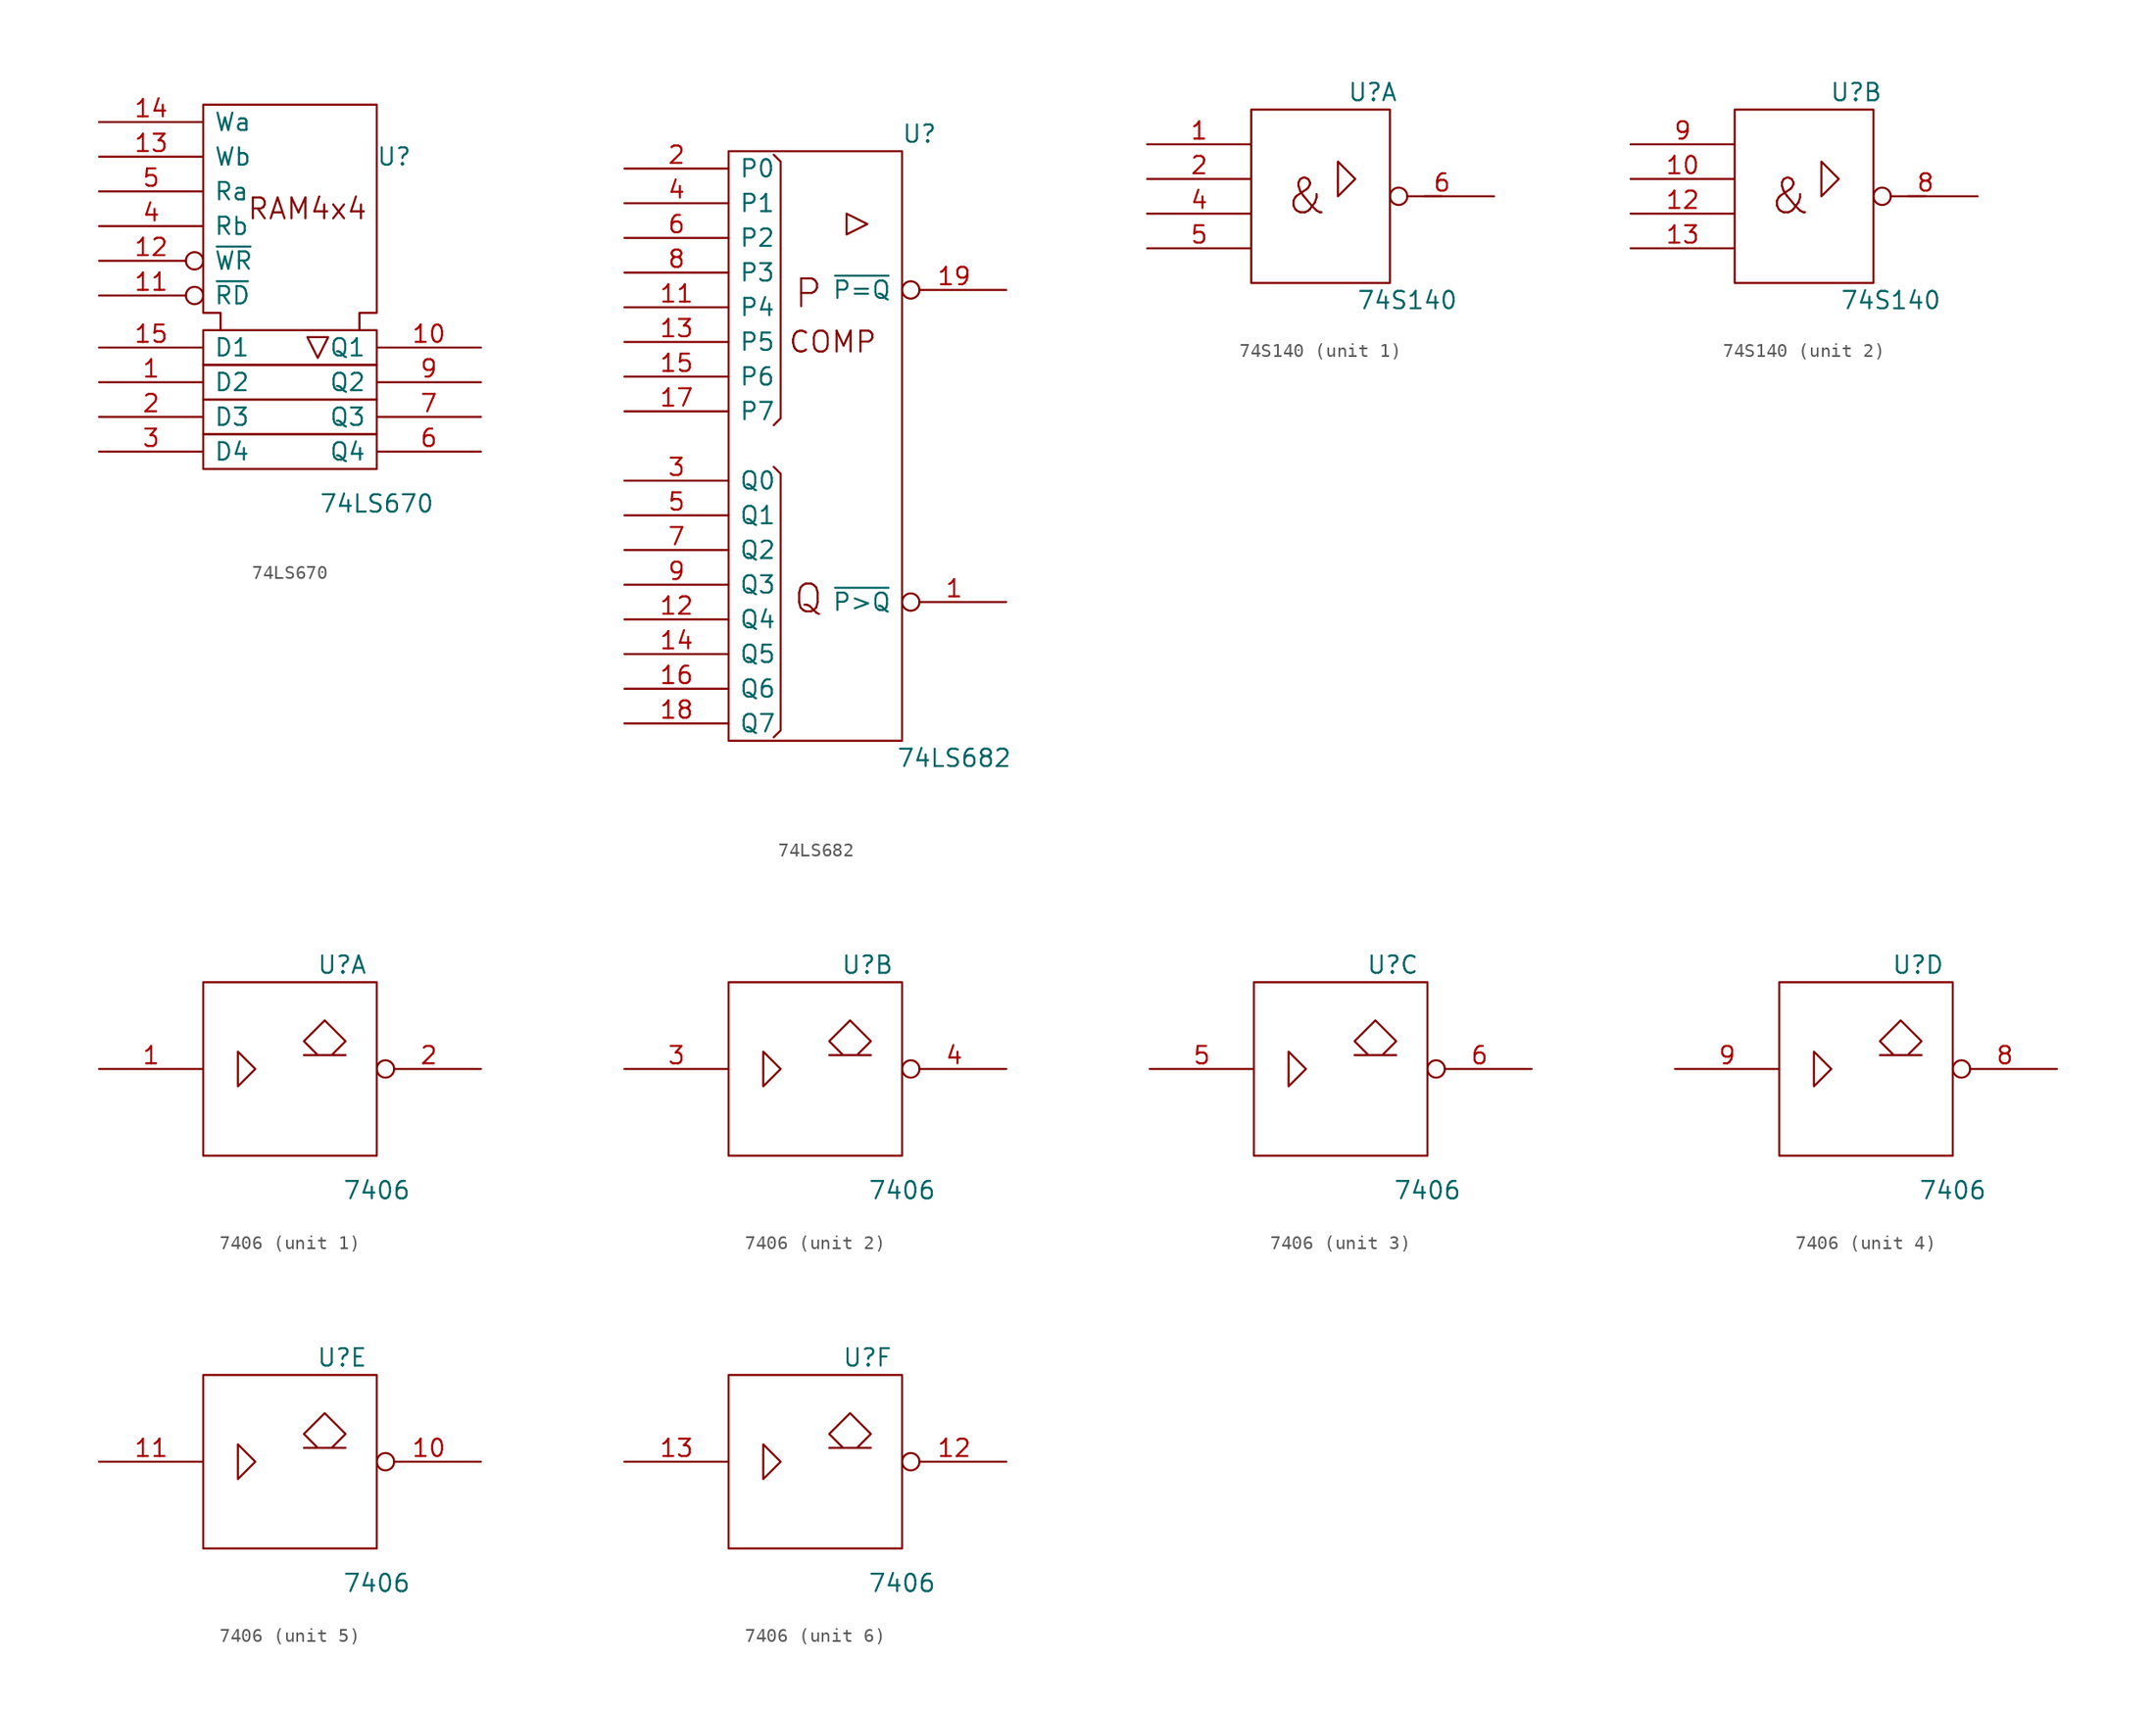
<source format=kicad_sym>
(kicad_symbol_lib
  (version 20201005)
  (generator kicad_symbol_editor)
  (symbol "74LS670"
    (pin_names
      (offset 0.762))
    (property "Reference" "U"
      (at 7.62 10.16 0)
      (effects (font (size 1.27 1.27))))
    (property "Value" "74LS670"
      (at 6.35 -15.24 0)
      (effects (font (size 1.27 1.27))))
    (symbol "74LS670_0_0"
      (text "RAM4x4" (at 1.27 6.35 0) (effects (font (size 1.524 1.524))))
      (rectangle (start -6.35 -10.16) (end 6.35 -12.7) (stroke (width 0)) (fill (type none)))
      (rectangle (start -6.35 -7.62) (end 6.35 -10.16) (stroke (width 0)) (fill (type none)))
      (rectangle (start -6.35 -5.08) (end 6.35 -7.62) (stroke (width 0)) (fill (type none)))
      (polyline (pts (xy 2.794 -3.048) (xy 1.27 -3.048) (xy 2.032 -4.572) (xy 2.794 -3.048) (xy 2.794 -3.048)) (stroke (width 0)) (fill (type none)))
      (polyline (pts (xy -5.08 -2.54) (xy -5.08 -1.27) (xy -6.35 -1.27) (xy -6.35 13.97) (xy 6.35 13.97) (xy 6.35 -1.27) (xy 5.08 -1.27) (xy 5.08 -2.54) (xy 5.08 -2.54)) (stroke (width 0)) (fill (type none)))
      (pin power_in line (at 3.81 13.97 270) (length 0) hide (name "VCC" (effects (font (size 1.27 1.27)))) (number "16" (effects (font (size 1.27 1.27)))))
      (pin power_in line (at 0 13.97 270) (length 0) hide (name "GND" (effects (font (size 1.27 1.27)))) (number "8" (effects (font (size 1.27 1.27))))))
    (symbol "74LS670_0_1"
      (rectangle (start -6.35 -2.54) (end 6.35 -5.08) (stroke (width 0)) (fill (type none))))
    (symbol "74LS670_1_1"
      (pin input line (at -13.97 -6.35 0) (length 7.62) (name "D2" (effects (font (size 1.27 1.27)))) (number "1" (effects (font (size 1.27 1.27)))))
      (pin tri_state line (at 13.97 -3.81 180) (length 7.62) (name "Q1" (effects (font (size 1.27 1.27)))) (number "10" (effects (font (size 1.27 1.27)))))
      (pin input inverted (at -13.97 0 0) (length 7.62) (name "~RD" (effects (font (size 1.27 1.27)))) (number "11" (effects (font (size 1.27 1.27)))))
      (pin input inverted (at -13.97 2.54 0) (length 7.62) (name "~WR" (effects (font (size 1.27 1.27)))) (number "12" (effects (font (size 1.27 1.27)))))
      (pin input line (at -13.97 10.16 0) (length 7.62) (name "Wb" (effects (font (size 1.27 1.27)))) (number "13" (effects (font (size 1.27 1.27)))))
      (pin input line (at -13.97 12.7 0) (length 7.62) (name "Wa" (effects (font (size 1.27 1.27)))) (number "14" (effects (font (size 1.27 1.27)))))
      (pin input line (at -13.97 -3.81 0) (length 7.62) (name "D1" (effects (font (size 1.27 1.27)))) (number "15" (effects (font (size 1.27 1.27)))))
      (pin input line (at -13.97 -8.89 0) (length 7.62) (name "D3" (effects (font (size 1.27 1.27)))) (number "2" (effects (font (size 1.27 1.27)))))
      (pin input line (at -13.97 -11.43 0) (length 7.62) (name "D4" (effects (font (size 1.27 1.27)))) (number "3" (effects (font (size 1.27 1.27)))))
      (pin input line (at -13.97 5.08 0) (length 7.62) (name "Rb" (effects (font (size 1.27 1.27)))) (number "4" (effects (font (size 1.27 1.27)))))
      (pin input line (at -13.97 7.62 0) (length 7.62) (name "Ra" (effects (font (size 1.27 1.27)))) (number "5" (effects (font (size 1.27 1.27)))))
      (pin tri_state line (at 13.97 -11.43 180) (length 7.62) (name "Q4" (effects (font (size 1.27 1.27)))) (number "6" (effects (font (size 1.27 1.27)))))
      (pin tri_state line (at 13.97 -8.89 180) (length 7.62) (name "Q3" (effects (font (size 1.27 1.27)))) (number "7" (effects (font (size 1.27 1.27)))))
      (pin tri_state line (at 13.97 -6.35 180) (length 7.62) (name "Q2" (effects (font (size 1.27 1.27)))) (number "9" (effects (font (size 1.27 1.27)))))))
  (symbol "74LS682"
    (pin_names
      (offset 0.762))
    (property "Reference" "U"
      (at 7.62 22.86 0)
      (effects (font (size 1.27 1.27))))
    (property "Value" "74LS682"
      (at 10.16 -22.86 0)
      (effects (font (size 1.27 1.27))))
    (symbol "74LS682_0_0"
      (text "COMP" (at 1.27 7.62 0) (effects (font (size 1.524 1.524))))
      (text "P" (at -0.508 11.176 0) (effects (font (size 2.032 2.032))))
      (text "Q" (at -0.508 -11.176 0) (effects (font (size 2.032 2.032))))
      (polyline (pts (xy 2.286 17.018) (xy 2.286 15.494) (xy 3.81 16.256) (xy 2.286 17.018) (xy 2.286 17.018)) (stroke (width 0)) (fill (type none))))
    (symbol "74LS682_0_1"
      (rectangle (start -6.35 21.59) (end 6.35 -21.59) (stroke (width 0)) (fill (type none)))
      (polyline (pts (xy -3.048 -1.524) (xy -2.54 -2.032) (xy -2.54 -20.828) (xy -3.048 -21.336) (xy -3.048 -21.336)) (stroke (width 0)) (fill (type none)))
      (polyline (pts (xy -3.048 21.336) (xy -2.54 20.828) (xy -2.54 2.032) (xy -3.048 1.524) (xy -3.048 1.524)) (stroke (width 0)) (fill (type none)))
      (pin power_in line (at 0 -21.59 90) (length 0) hide (name "Gnd" (effects (font (size 1.27 1.27)))) (number "10" (effects (font (size 1.27 1.27))))))
    (symbol "74LS682_1_1"
      (pin output inverted (at 13.97 -11.43 180) (length 7.62) (name "~P>Q" (effects (font (size 1.27 1.27)))) (number "1" (effects (font (size 1.27 1.27)))))
      (pin input line (at -13.97 10.16 0) (length 7.62) (name "P4" (effects (font (size 1.27 1.27)))) (number "11" (effects (font (size 1.27 1.27)))))
      (pin input line (at -13.97 -12.7 0) (length 7.62) (name "Q4" (effects (font (size 1.27 1.27)))) (number "12" (effects (font (size 1.27 1.27)))))
      (pin input line (at -13.97 7.62 0) (length 7.62) (name "P5" (effects (font (size 1.27 1.27)))) (number "13" (effects (font (size 1.27 1.27)))))
      (pin input line (at -13.97 -15.24 0) (length 7.62) (name "Q5" (effects (font (size 1.27 1.27)))) (number "14" (effects (font (size 1.27 1.27)))))
      (pin input line (at -13.97 5.08 0) (length 7.62) (name "P6" (effects (font (size 1.27 1.27)))) (number "15" (effects (font (size 1.27 1.27)))))
      (pin input line (at -13.97 -17.78 0) (length 7.62) (name "Q6" (effects (font (size 1.27 1.27)))) (number "16" (effects (font (size 1.27 1.27)))))
      (pin input line (at -13.97 2.54 0) (length 7.62) (name "P7" (effects (font (size 1.27 1.27)))) (number "17" (effects (font (size 1.27 1.27)))))
      (pin input line (at -13.97 -20.32 0) (length 7.62) (name "Q7" (effects (font (size 1.27 1.27)))) (number "18" (effects (font (size 1.27 1.27)))))
      (pin output inverted (at 13.97 11.43 180) (length 7.62) (name "~P=Q" (effects (font (size 1.27 1.27)))) (number "19" (effects (font (size 1.27 1.27)))))
      (pin input line (at -13.97 20.32 0) (length 7.62) (name "P0" (effects (font (size 1.27 1.27)))) (number "2" (effects (font (size 1.27 1.27)))))
      (pin power_in line (at 0 21.59 270) (length 0) hide (name "Vcc" (effects (font (size 1.27 1.27)))) (number "20" (effects (font (size 1.27 1.27)))))
      (pin input line (at -13.97 -2.54 0) (length 7.62) (name "Q0" (effects (font (size 1.27 1.27)))) (number "3" (effects (font (size 1.27 1.27)))))
      (pin input line (at -13.97 17.78 0) (length 7.62) (name "P1" (effects (font (size 1.27 1.27)))) (number "4" (effects (font (size 1.27 1.27)))))
      (pin input line (at -13.97 -5.08 0) (length 7.62) (name "Q1" (effects (font (size 1.27 1.27)))) (number "5" (effects (font (size 1.27 1.27)))))
      (pin input line (at -13.97 15.24 0) (length 7.62) (name "P2" (effects (font (size 1.27 1.27)))) (number "6" (effects (font (size 1.27 1.27)))))
      (pin input line (at -13.97 -7.62 0) (length 7.62) (name "Q2" (effects (font (size 1.27 1.27)))) (number "7" (effects (font (size 1.27 1.27)))))
      (pin input line (at -13.97 12.7 0) (length 7.62) (name "P3" (effects (font (size 1.27 1.27)))) (number "8" (effects (font (size 1.27 1.27)))))
      (pin input line (at -13.97 -10.16 0) (length 7.62) (name "Q3" (effects (font (size 1.27 1.27)))) (number "9" (effects (font (size 1.27 1.27)))))))
  (symbol "74S140"
    (pin_names
      (offset 0.762))
    (property "Reference" "U"
      (at 3.81 7.62 0)
      (effects (font (size 1.27 1.27))))
    (property "Value" "74S140"
      (at 6.35 -7.62 0)
      (effects (font (size 1.27 1.27))))
    (symbol "74S140_0_0"
      (text "&" (at -1.016 0 0) (effects (font (size 2.54 2.54))))
      (rectangle (start -5.08 6.35) (end 5.08 -6.35) (stroke (width 0)) (fill (type none)))
      (polyline (pts (xy 1.27 0) (xy 1.27 2.54) (xy 2.54 1.27) (xy 1.27 0) (xy 1.27 0)) (stroke (width 0)) (fill (type none))))
    (symbol "74S140_0_1"
      (rectangle (start 8.89 0) (end 7.62 0) (stroke (width 0)) (fill (type none)))
      (pin power_in line (at 0 6.35 270) (length 0) hide (name "Vcc" (effects (font (size 1.27 1.27)))) (number "14" (effects (font (size 1.27 1.27)))))
      (pin power_in line (at 0 -6.35 90) (length 0) hide (name "Gnd" (effects (font (size 1.27 1.27)))) (number "7" (effects (font (size 1.27 1.27))))))
    (symbol "74S140_1_1"
      (pin input line (at -12.7 3.81 0) (length 7.62) (name "~" (effects (font (size 1.27 1.27)))) (number "1" (effects (font (size 1.27 1.27)))))
      (pin input line (at -12.7 1.27 0) (length 7.62) (name "~" (effects (font (size 1.27 1.27)))) (number "2" (effects (font (size 1.27 1.27)))))
      (pin input line (at -12.7 -1.27 0) (length 7.62) (name "~" (effects (font (size 1.27 1.27)))) (number "4" (effects (font (size 1.27 1.27)))))
      (pin input line (at -12.7 -3.81 0) (length 7.62) (name "~" (effects (font (size 1.27 1.27)))) (number "5" (effects (font (size 1.27 1.27)))))
      (pin output inverted (at 12.7 0 180) (length 7.62) (name "~" (effects (font (size 1.27 1.27)))) (number "6" (effects (font (size 1.27 1.27))))))
    (symbol "74S140_2_1"
      (pin input line (at -12.7 1.27 0) (length 7.62) (name "~" (effects (font (size 1.27 1.27)))) (number "10" (effects (font (size 1.27 1.27)))))
      (pin input line (at -12.7 -1.27 0) (length 7.62) (name "~" (effects (font (size 1.27 1.27)))) (number "12" (effects (font (size 1.27 1.27)))))
      (pin input line (at -12.7 -3.81 0) (length 7.62) (name "~" (effects (font (size 1.27 1.27)))) (number "13" (effects (font (size 1.27 1.27)))))
      (pin output inverted (at 12.7 0 180) (length 7.62) (name "~" (effects (font (size 1.27 1.27)))) (number "8" (effects (font (size 1.27 1.27)))))
      (pin input line (at -12.7 3.81 0) (length 7.62) (name "~" (effects (font (size 1.27 1.27)))) (number "9" (effects (font (size 1.27 1.27)))))))
  (symbol "7406"
    (pin_names
      (offset 0.762))
    (property "Reference" "U"
      (at 3.81 7.62 0)
      (effects (font (size 1.27 1.27))))
    (property "Value" "7406"
      (at 6.35 -8.89 0)
      (effects (font (size 1.27 1.27))))
    (symbol "7406_0_0"
      (polyline (pts (xy -3.81 1.27) (xy -3.81 -1.27) (xy -2.54 0) (xy -3.81 1.27) (xy -3.81 1.27)) (stroke (width 0)) (fill (type none)))
      (polyline (pts (xy 3.048 1.016) (xy 4.064 2.032) (xy 2.54 3.556) (xy 1.016 2.032) (xy 2.032 1.016) (xy 1.016 1.016) (xy 4.064 1.016) (xy 4.064 1.016)) (stroke (width 0)) (fill (type none))))
    (symbol "7406_0_1"
      (rectangle (start -6.35 6.35) (end 6.35 -6.35) (stroke (width 0)) (fill (type none)))
      (pin power_in line (at 0 6.35 270) (length 0) hide (name "Vcc" (effects (font (size 1.27 1.27)))) (number "14" (effects (font (size 1.27 1.27)))))
      (pin power_in line (at 0 -6.35 90) (length 0) hide (name "Gnd" (effects (font (size 1.27 1.27)))) (number "7" (effects (font (size 1.27 1.27))))))
    (symbol "7406_1_1"
      (pin input line (at -13.97 0 0) (length 7.62) (name "~" (effects (font (size 1.27 1.27)))) (number "1" (effects (font (size 1.27 1.27)))))
      (pin open_collector inverted (at 13.97 0 180) (length 7.62) (name "~" (effects (font (size 1.27 1.27)))) (number "2" (effects (font (size 1.27 1.27))))))
    (symbol "7406_2_1"
      (pin input line (at -13.97 0 0) (length 7.62) (name "~" (effects (font (size 1.27 1.27)))) (number "3" (effects (font (size 1.27 1.27)))))
      (pin open_collector inverted (at 13.97 0 180) (length 7.62) (name "~" (effects (font (size 1.27 1.27)))) (number "4" (effects (font (size 1.27 1.27))))))
    (symbol "7406_3_1"
      (pin input line (at -13.97 0 0) (length 7.62) (name "~" (effects (font (size 1.27 1.27)))) (number "5" (effects (font (size 1.27 1.27)))))
      (pin open_collector inverted (at 13.97 0 180) (length 7.62) (name "~" (effects (font (size 1.27 1.27)))) (number "6" (effects (font (size 1.27 1.27))))))
    (symbol "7406_4_1"
      (pin open_collector inverted (at 13.97 0 180) (length 7.62) (name "~" (effects (font (size 1.27 1.27)))) (number "8" (effects (font (size 1.27 1.27)))))
      (pin input line (at -13.97 0 0) (length 7.62) (name "~" (effects (font (size 1.27 1.27)))) (number "9" (effects (font (size 1.27 1.27))))))
    (symbol "7406_5_1"
      (pin open_collector inverted (at 13.97 0 180) (length 7.62) (name "~" (effects (font (size 1.27 1.27)))) (number "10" (effects (font (size 1.27 1.27)))))
      (pin input line (at -13.97 0 0) (length 7.62) (name "~" (effects (font (size 1.27 1.27)))) (number "11" (effects (font (size 1.27 1.27))))))
    (symbol "7406_6_1"
      (pin open_collector inverted (at 13.97 0 180) (length 7.62) (name "~" (effects (font (size 1.27 1.27)))) (number "12" (effects (font (size 1.27 1.27)))))
      (pin input line (at -13.97 0 0) (length 7.62) (name "~" (effects (font (size 1.27 1.27)))) (number "13" (effects (font (size 1.27 1.27))))))))
</source>
